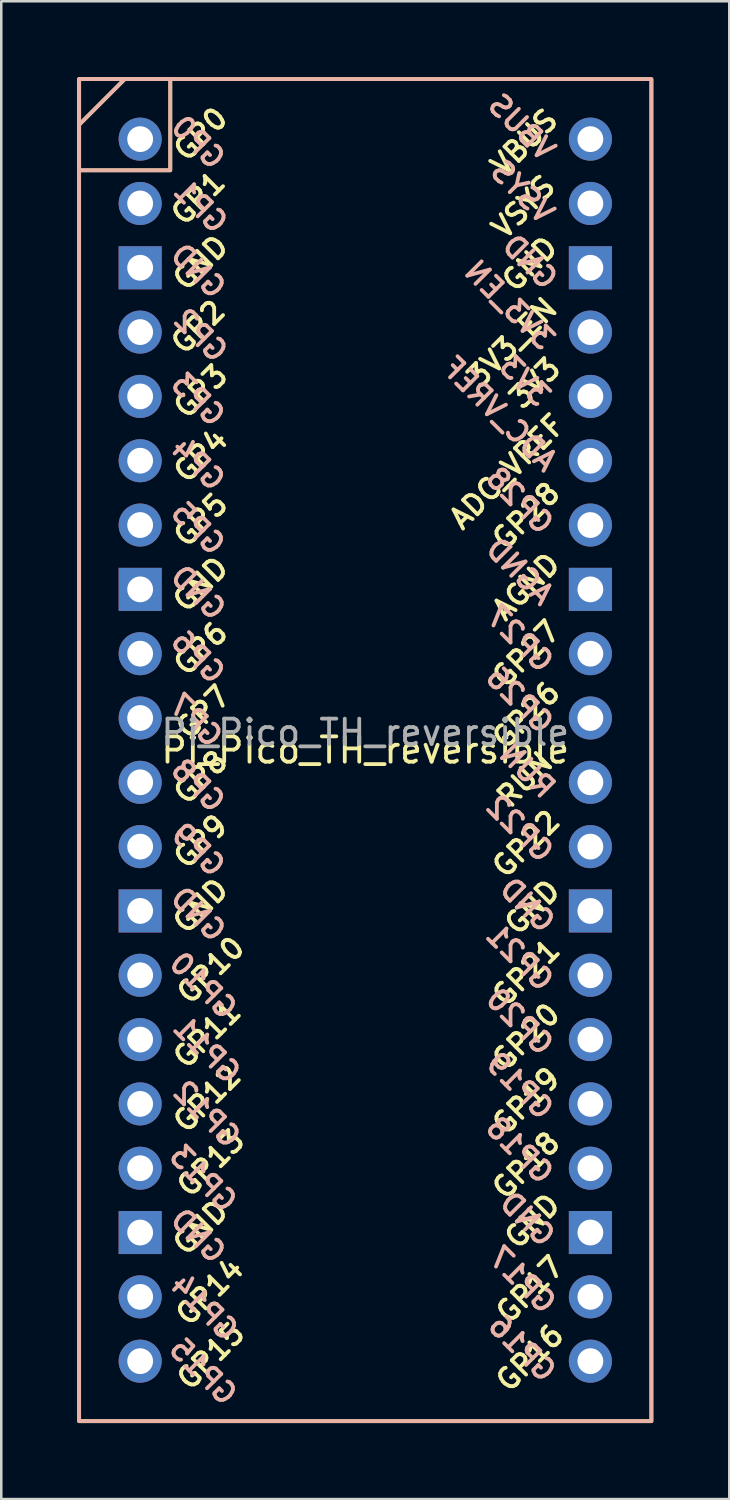
<source format=kicad_pcb>
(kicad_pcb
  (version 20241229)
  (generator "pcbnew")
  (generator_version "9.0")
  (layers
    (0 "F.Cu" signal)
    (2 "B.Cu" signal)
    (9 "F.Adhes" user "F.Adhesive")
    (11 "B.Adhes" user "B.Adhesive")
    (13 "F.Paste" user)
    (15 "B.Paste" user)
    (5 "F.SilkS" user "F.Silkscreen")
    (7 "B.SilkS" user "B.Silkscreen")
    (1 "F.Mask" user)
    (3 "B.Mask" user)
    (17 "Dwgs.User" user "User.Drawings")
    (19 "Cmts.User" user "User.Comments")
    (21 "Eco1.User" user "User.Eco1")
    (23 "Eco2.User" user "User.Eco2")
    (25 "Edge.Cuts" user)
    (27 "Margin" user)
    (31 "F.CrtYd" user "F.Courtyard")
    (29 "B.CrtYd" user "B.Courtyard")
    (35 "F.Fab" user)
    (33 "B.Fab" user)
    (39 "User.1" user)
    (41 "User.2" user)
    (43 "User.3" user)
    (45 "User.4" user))
  (footprint "Pi_Pico_TH_reversible"
    (layer "F.Cu")
    (at 11.375 26.575)
    (property "Reference" "Pi_Pico_TH_reversible" (at 0 0 0) (layer "F.SilkS") (effects (font (size 1 1) (thickness 0.15))))
    (attr through_hole)
    (fp_line (start -9.5 -26.5) (end -11.3 -24.7) (stroke (width 0.15) (type default)) (layer "F.SilkS"))
    (fp_rect (start -11.3 -26.5) (end -7.7 -22.9) (stroke (width 0.15) (type default)) (fill no) (layer "F.SilkS"))
    (fp_rect (start -11.3 -26.5) (end 11.3 26.5) (stroke (width 0.15) (type default)) (fill no) (layer "F.SilkS"))
    (fp_line (start -9.5 -26.5) (end -11.3 -24.7) (stroke (width 0.15) (type default)) (layer "B.SilkS"))
    (fp_rect (start -11.3 -26.5) (end -7.7 -22.9) (stroke (width 0.15) (type default)) (fill no) (layer "B.SilkS"))
    (fp_rect (start 11.3 -26.5) (end -11.3 26.5) (stroke (width 0.15) (type default)) (fill no) (layer "B.SilkS"))
    (fp_text user "GP21" (at 6.354 8.79 45) (layer "F.SilkS") (effects (font (size 0.8 0.8) (thickness 0.15))))
    (fp_text user "3V3" (at 6.7 -14.5 45) (layer "F.SilkS") (effects (font (size 0.8 0.8) (thickness 0.15))))
    (fp_text user "GND" (at 6.6 6.2 45) (layer "F.SilkS") (effects (font (size 0.8 0.8) (thickness 0.15))))
    (fp_text user "GP6" (at -6.5 -4.01 45) (layer "F.SilkS") (effects (font (size 0.8 0.8) (thickness 0.15))))
    (fp_text user "GP4" (at -6.5 -11.63 45) (layer "F.SilkS") (effects (font (size 0.8 0.8) (thickness 0.15))))
    (fp_text user "AGND" (at 6.354 -6.46 45) (layer "F.SilkS") (effects (font (size 0.8 0.8) (thickness 0.15))))
    (fp_text user "GP10" (at -6.1 8.69 45) (layer "F.SilkS") (effects (font (size 0.8 0.8) (thickness 0.15))))
    (fp_text user "GND" (at 6.5 -19.2 45) (layer "F.SilkS") (effects (font (size 0.8 0.8) (thickness 0.15))))
    (fp_text user "GP26" (at 6.354 -1.38 45) (layer "F.SilkS") (effects (font (size 0.8 0.8) (thickness 0.15))))
    (fp_text user "GP20" (at 6.354 11.32 45) (layer "F.SilkS") (effects (font (size 0.8 0.8) (thickness 0.15))))
    (fp_text user "GND" (at 6.6 18.6 45) (layer "F.SilkS") (effects (font (size 0.8 0.8) (thickness 0.15))))
    (fp_text user "GP14" (at -6.146 21.39 45) (layer "F.SilkS") (effects (font (size 0.8 0.8) (thickness 0.15))))
    (fp_text user "GP13" (at -6.1 16.31 45) (layer "F.SilkS") (effects (font (size 0.8 0.8) (thickness 0.15))))
    (fp_text user "VSYS" (at 6.25 -21.45 45) (layer "F.SilkS") (effects (font (size 0.8 0.8) (thickness 0.15))))
    (fp_text user "GP16" (at 6.5 24 45) (layer "F.SilkS") (effects (font (size 0.8 0.8) (thickness 0.15))))
    (fp_text user "GND" (at -6.5 6.15 45) (layer "F.SilkS") (effects (font (size 0.8 0.8) (thickness 0.15))))
    (fp_text user "VBUS" (at 6.28 -24 45) (layer "F.SilkS") (effects (font (size 0.8 0.8) (thickness 0.15))))
    (fp_text user "GP17" (at 6.5 21.3 45) (layer "F.SilkS") (effects (font (size 0.8 0.8) (thickness 0.15))))
    (fp_text user "GP3" (at -6.5 -14.17 45) (layer "F.SilkS") (effects (font (size 0.8 0.8) (thickness 0.15))))
    (fp_text user "3V3_EN" (at 5.8 -16.1 45) (layer "F.SilkS") (effects (font (size 0.8 0.8) (thickness 0.15))))
    (fp_text user "ADC_VREF" (at 5.6 -11 45) (layer "F.SilkS") (effects (font (size 0.8 0.8) (thickness 0.15))))
    (fp_text user "GP2" (at -6.6 -16.71 45) (layer "F.SilkS") (effects (font (size 0.8 0.8) (thickness 0.15))))
    (fp_text user "GP5" (at -6.5 -9.09 45) (layer "F.SilkS") (effects (font (size 0.8 0.8) (thickness 0.15))))
    (fp_text user "GP8" (at -6.5 1.07 45) (layer "F.SilkS") (effects (font (size 0.8 0.8) (thickness 0.15))))
    (fp_text user "GP12" (at -6.246 13.77 45) (layer "F.SilkS") (effects (font (size 0.8 0.8) (thickness 0.15))))
    (fp_text user "GP11" (at -6.246 11.23 45) (layer "F.SilkS") (effects (font (size 0.8 0.8) (thickness 0.15))))
    (fp_text user "GND" (at -6.5 -19.25 45) (layer "F.SilkS") (effects (font (size 0.8 0.8) (thickness 0.15))))
    (fp_text user "GP28" (at 6.354 -9.254 45) (layer "F.SilkS") (effects (font (size 0.8 0.8) (thickness 0.15))))
    (fp_text user "GP27" (at 6.354 -3.8 45) (layer "F.SilkS") (effects (font (size 0.8 0.8) (thickness 0.15))))
    (fp_text user "GP22" (at 6.354 3.7 45) (layer "F.SilkS") (effects (font (size 0.8 0.8) (thickness 0.15))))
    (fp_text user "GP19" (at 6.354 13.86 45) (layer "F.SilkS") (effects (font (size 0.8 0.8) (thickness 0.15))))
    (fp_text user "GP0" (at -6.5 -24.33 45) (layer "F.SilkS") (effects (font (size 0.8 0.8) (thickness 0.15))))
    (fp_text user "GND" (at -6.5 18.85 45) (layer "F.SilkS") (effects (font (size 0.8 0.8) (thickness 0.15))))
    (fp_text user "GP1" (at -6.6 -21.8 45) (layer "F.SilkS") (effects (font (size 0.8 0.8) (thickness 0.15))))
    (fp_text user "GP9" (at -6.5 3.61 45) (layer "F.SilkS") (effects (font (size 0.8 0.8) (thickness 0.15))))
    (fp_text user "GP15" (at -6.1 23.93 45) (layer "F.SilkS") (effects (font (size 0.8 0.8) (thickness 0.15))))
    (fp_text user "GP18" (at 6.354 16.4 45) (layer "F.SilkS") (effects (font (size 0.8 0.8) (thickness 0.15))))
    (fp_text user "GND" (at -6.5 -6.55 45) (layer "F.SilkS") (effects (font (size 0.8 0.8) (thickness 0.15))))
    (fp_text user "RUN" (at 6.3 1.16 45) (layer "F.SilkS") (effects (font (size 0.8 0.8) (thickness 0.15))))
    (fp_text user "GP7" (at -6.4 -1.5 45) (layer "F.SilkS") (effects (font (size 0.8 0.8) (thickness 0.15))))
    (fp_text user "GP19" (at 6.1 13.26 315) (layer "B.SilkS") (effects (font (size 0.8 0.8) (thickness 0.15)) (justify mirror)))
    (fp_text user "GP12" (at -6.254 14.38 315) (layer "B.SilkS") (effects (font (size 0.8 0.8) (thickness 0.15)) (justify mirror)))
    (fp_text user "GND" (at 6.5 -19.28 315) (layer "B.SilkS") (effects (font (size 0.8 0.8) (thickness 0.15)) (justify mirror)))
    (fp_text user "GND" (at 6.4 6.12 315) (layer "B.SilkS") (effects (font (size 0.8 0.8) (thickness 0.15)) (justify mirror)))
    (fp_text user "GP9" (at -6.6 3.94 315) (layer "B.SilkS") (effects (font (size 0.8 0.8) (thickness 0.15)) (justify mirror)))
    (fp_text user "RUN" (at 6.4 0.8 315) (layer "B.SilkS") (effects (font (size 0.8 0.8) (thickness 0.15)) (justify mirror)))
    (fp_text user "3V3_EN" (at 5.7 -17.58 315) (layer "B.SilkS") (effects (font (size 0.8 0.8) (thickness 0.15)) (justify mirror)))
    (fp_text user "GP10" (at -6.4 9.3 315) (layer "B.SilkS") (effects (font (size 0.8 0.8) (thickness 0.15)) (justify mirror)))
    (fp_text user "GND" (at -6.6 6.48 315) (layer "B.SilkS") (effects (font (size 0.8 0.8) (thickness 0.15)) (justify mirror)))
    (fp_text user "GP6" (at -6.6 -3.68 315) (layer "B.SilkS") (effects (font (size 0.8 0.8) (thickness 0.15)) (justify mirror)))
    (fp_text user "GND" (at 6.4 18.52 315) (layer "B.SilkS") (effects (font (size 0.8 0.8) (thickness 0.15)) (justify mirror)))
    (fp_text user "GP8" (at -6.6 1.4 315) (layer "B.SilkS") (effects (font (size 0.8 0.8) (thickness 0.15)) (justify mirror)))
    (fp_text user "VSYS" (at 6.204 -22.05 315) (layer "B.SilkS") (effects (font (size 0.8 0.8) (thickness 0.15)) (justify mirror)))
    (fp_text user "GP28" (at 6.1 -9.854 315) (layer "B.SilkS") (effects (font (size 0.8 0.8) (thickness 0.15)) (justify mirror)))
    (fp_text user "GP1" (at -6.5 -21.47 315) (layer "B.SilkS") (effects (font (size 0.8 0.8) (thickness 0.15)) (justify mirror)))
    (fp_text user "GP20" (at 6.1 10.72 315) (layer "B.SilkS") (effects (font (size 0.8 0.8) (thickness 0.15)) (justify mirror)))
    (fp_text user "GP4" (at -6.6 -11.3 315) (layer "B.SilkS") (effects (font (size 0.8 0.8) (thickness 0.15)) (justify mirror)))
    (fp_text user "GP14" (at -6.354 22 315) (layer "B.SilkS") (effects (font (size 0.8 0.8) (thickness 0.15)) (justify mirror)))
    (fp_text user "GP27" (at 6.1 -4.4 315) (layer "B.SilkS") (effects (font (size 0.8 0.8) (thickness 0.15)) (justify mirror)))
    (fp_text user "GP15" (at -6.4 24.54 315) (layer "B.SilkS") (effects (font (size 0.8 0.8) (thickness 0.15)) (justify mirror)))
    (fp_text user "GP26" (at 6.1 -1.98 315) (layer "B.SilkS") (effects (font (size 0.8 0.8) (thickness 0.15)) (justify mirror)))
    (fp_text user "GP13" (at -6.4 16.92 315) (layer "B.SilkS") (effects (font (size 0.8 0.8) (thickness 0.15)) (justify mirror)))
    (fp_text user "VBUS" (at 6.174 -24.6 315) (layer "B.SilkS") (effects (font (size 0.8 0.8) (thickness 0.15)) (justify mirror)))
    (fp_text user "GND" (at -6.6 19.18 315) (layer "B.SilkS") (effects (font (size 0.8 0.8) (thickness 0.15)) (justify mirror)))
    (fp_text user "GP22" (at 6.1 3.1 315) (layer "B.SilkS") (effects (font (size 0.8 0.8) (thickness 0.15)) (justify mirror)))
    (fp_text user "ADC_VREF" (at 5.3 -13.28 315) (layer "B.SilkS") (effects (font (size 0.8 0.8) (thickness 0.15)) (justify mirror)))
    (fp_text user "GP16" (at 6.2 23.62 315) (layer "B.SilkS") (effects (font (size 0.8 0.8) (thickness 0.15)) (justify mirror)))
    (fp_text user "AGND" (at 6.1 -7.06 315) (layer "B.SilkS") (effects (font (size 0.8 0.8) (thickness 0.15)) (justify mirror)))
    (fp_text user "GP5" (at -6.6 -8.76 315) (layer "B.SilkS") (effects (font (size 0.8 0.8) (thickness 0.15)) (justify mirror)))
    (fp_text user "3V3" (at 6.3 -14.58 315) (layer "B.SilkS") (effects (font (size 0.8 0.8) (thickness 0.15)) (justify mirror)))
    (fp_text user "GP18" (at 6.1 15.8 315) (layer "B.SilkS") (effects (font (size 0.8 0.8) (thickness 0.15)) (justify mirror)))
    (fp_text user "GP21" (at 6.1 8.19 315) (layer "B.SilkS") (effects (font (size 0.8 0.8) (thickness 0.15)) (justify mirror)))
    (fp_text user "GP17" (at 6.2 20.92 315) (layer "B.SilkS") (effects (font (size 0.8 0.8) (thickness 0.15)) (justify mirror)))
    (fp_text user "GND" (at -6.6 -18.92 315) (layer "B.SilkS") (effects (font (size 0.8 0.8) (thickness 0.15)) (justify mirror)))
    (fp_text user "GP0" (at -6.6 -24 315) (layer "B.SilkS") (effects (font (size 0.8 0.8) (thickness 0.15)) (justify mirror)))
    (fp_text user "GND" (at -6.6 -6.22 315) (layer "B.SilkS") (effects (font (size 0.8 0.8) (thickness 0.15)) (justify mirror)))
    (fp_text user "GP11" (at -6.254 11.84 315) (layer "B.SilkS") (effects (font (size 0.8 0.8) (thickness 0.15)) (justify mirror)))
    (fp_text user "GP3" (at -6.6 -13.84 315) (layer "B.SilkS") (effects (font (size 0.8 0.8) (thickness 0.15)) (justify mirror)))
    (fp_text user "GP7" (at -6.7 -1.17 315) (layer "B.SilkS") (effects (font (size 0.8 0.8) (thickness 0.15)) (justify mirror)))
    (fp_text user "GP2" (at -6.5 -16.38 315) (layer "B.SilkS") (effects (font (size 0.8 0.8) (thickness 0.15)) (justify mirror)))
    (fp_text user "${REFERENCE}" (at 0 -0.7 180) (layer "F.Fab") (effects (font (size 1 1) (thickness 0.15))))
    (pad "1" thru_hole oval (at -8.89 -24.13) (size 1.7 1.7) (drill 1.02) (layers "*.Cu" "*.Mask"))
    (pad "2" thru_hole oval (at -8.89 -21.59) (size 1.7 1.7) (drill 1.02) (layers "*.Cu" "*.Mask"))
    (pad "3" thru_hole rect (at -8.89 -19.05) (size 1.7 1.7) (drill 1.02) (layers "*.Cu" "*.Mask"))
    (pad "4" thru_hole oval (at -8.89 -16.51) (size 1.7 1.7) (drill 1.02) (layers "*.Cu" "*.Mask"))
    (pad "5" thru_hole oval (at -8.89 -13.97) (size 1.7 1.7) (drill 1.02) (layers "*.Cu" "*.Mask"))
    (pad "6" thru_hole oval (at -8.89 -11.43) (size 1.7 1.7) (drill 1.02) (layers "*.Cu" "*.Mask"))
    (pad "7" thru_hole oval (at -8.89 -8.89) (size 1.7 1.7) (drill 1.02) (layers "*.Cu" "*.Mask"))
    (pad "8" thru_hole rect (at -8.89 -6.35) (size 1.7 1.7) (drill 1.02) (layers "*.Cu" "*.Mask"))
    (pad "9" thru_hole oval (at -8.89 -3.81) (size 1.7 1.7) (drill 1.02) (layers "*.Cu" "*.Mask"))
    (pad "10" thru_hole oval (at -8.89 -1.27) (size 1.7 1.7) (drill 1.02) (layers "*.Cu" "*.Mask"))
    (pad "11" thru_hole oval (at -8.89 1.27) (size 1.7 1.7) (drill 1.02) (layers "*.Cu" "*.Mask"))
    (pad "12" thru_hole oval (at -8.89 3.81) (size 1.7 1.7) (drill 1.02) (layers "*.Cu" "*.Mask"))
    (pad "13" thru_hole rect (at -8.89 6.35) (size 1.7 1.7) (drill 1.02) (layers "*.Cu" "*.Mask"))
    (pad "14" thru_hole oval (at -8.89 8.89) (size 1.7 1.7) (drill 1.02) (layers "*.Cu" "*.Mask"))
    (pad "15" thru_hole oval (at -8.89 11.43) (size 1.7 1.7) (drill 1.02) (layers "*.Cu" "*.Mask"))
    (pad "16" thru_hole oval (at -8.89 13.97) (size 1.7 1.7) (drill 1.02) (layers "*.Cu" "*.Mask"))
    (pad "17" thru_hole oval (at -8.89 16.51) (size 1.7 1.7) (drill 1.02) (layers "*.Cu" "*.Mask"))
    (pad "18" thru_hole rect (at -8.89 19.05) (size 1.7 1.7) (drill 1.02) (layers "*.Cu" "*.Mask"))
    (pad "19" thru_hole oval (at -8.89 21.59) (size 1.7 1.7) (drill 1.02) (layers "*.Cu" "*.Mask"))
    (pad "20" thru_hole oval (at -8.89 24.13) (size 1.7 1.7) (drill 1.02) (layers "*.Cu" "*.Mask"))
    (pad "21" thru_hole oval (at 8.89 24.13) (size 1.7 1.7) (drill 1.02) (layers "*.Cu" "*.Mask"))
    (pad "22" thru_hole oval (at 8.89 21.59) (size 1.7 1.7) (drill 1.02) (layers "*.Cu" "*.Mask"))
    (pad "23" thru_hole rect (at 8.89 19.05) (size 1.7 1.7) (drill 1.02) (layers "*.Cu" "*.Mask"))
    (pad "24" thru_hole oval (at 8.89 16.51) (size 1.7 1.7) (drill 1.02) (layers "*.Cu" "*.Mask"))
    (pad "25" thru_hole oval (at 8.89 13.97) (size 1.7 1.7) (drill 1.02) (layers "*.Cu" "*.Mask"))
    (pad "26" thru_hole oval (at 8.89 11.43) (size 1.7 1.7) (drill 1.02) (layers "*.Cu" "*.Mask"))
    (pad "27" thru_hole oval (at 8.89 8.89) (size 1.7 1.7) (drill 1.02) (layers "*.Cu" "*.Mask"))
    (pad "28" thru_hole rect (at 8.89 6.35) (size 1.7 1.7) (drill 1.02) (layers "*.Cu" "*.Mask"))
    (pad "29" thru_hole oval (at 8.89 3.81) (size 1.7 1.7) (drill 1.02) (layers "*.Cu" "*.Mask"))
    (pad "30" thru_hole oval (at 8.89 1.27) (size 1.7 1.7) (drill 1.02) (layers "*.Cu" "*.Mask"))
    (pad "31" thru_hole oval (at 8.89 -1.27) (size 1.7 1.7) (drill 1.02) (layers "*.Cu" "*.Mask"))
    (pad "32" thru_hole oval (at 8.89 -3.81) (size 1.7 1.7) (drill 1.02) (layers "*.Cu" "*.Mask"))
    (pad "33" thru_hole rect (at 8.89 -6.35) (size 1.7 1.7) (drill 1.02) (layers "*.Cu" "*.Mask"))
    (pad "34" thru_hole oval (at 8.89 -8.89) (size 1.7 1.7) (drill 1.02) (layers "*.Cu" "*.Mask"))
    (pad "35" thru_hole oval (at 8.89 -11.43) (size 1.7 1.7) (drill 1.02) (layers "*.Cu" "*.Mask"))
    (pad "36" thru_hole oval (at 8.89 -13.97) (size 1.7 1.7) (drill 1.02) (layers "*.Cu" "*.Mask"))
    (pad "37" thru_hole oval (at 8.89 -16.51) (size 1.7 1.7) (drill 1.02) (layers "*.Cu" "*.Mask"))
    (pad "38" thru_hole rect (at 8.89 -19.05) (size 1.7 1.7) (drill 1.02) (layers "*.Cu" "*.Mask"))
    (pad "39" thru_hole oval (at 8.89 -21.59) (size 1.7 1.7) (drill 1.02) (layers "*.Cu" "*.Mask"))
    (pad "40" thru_hole oval (at 8.89 -24.13) (size 1.7 1.7) (drill 1.02) (layers "*.Cu" "*.Mask")))
  (gr_rect
    (start -3 -3)
    (end 25.75 56.15)
    (stroke (width 0.1) (type default))
    (fill no)
    (layer "Edge.Cuts")))
</source>
